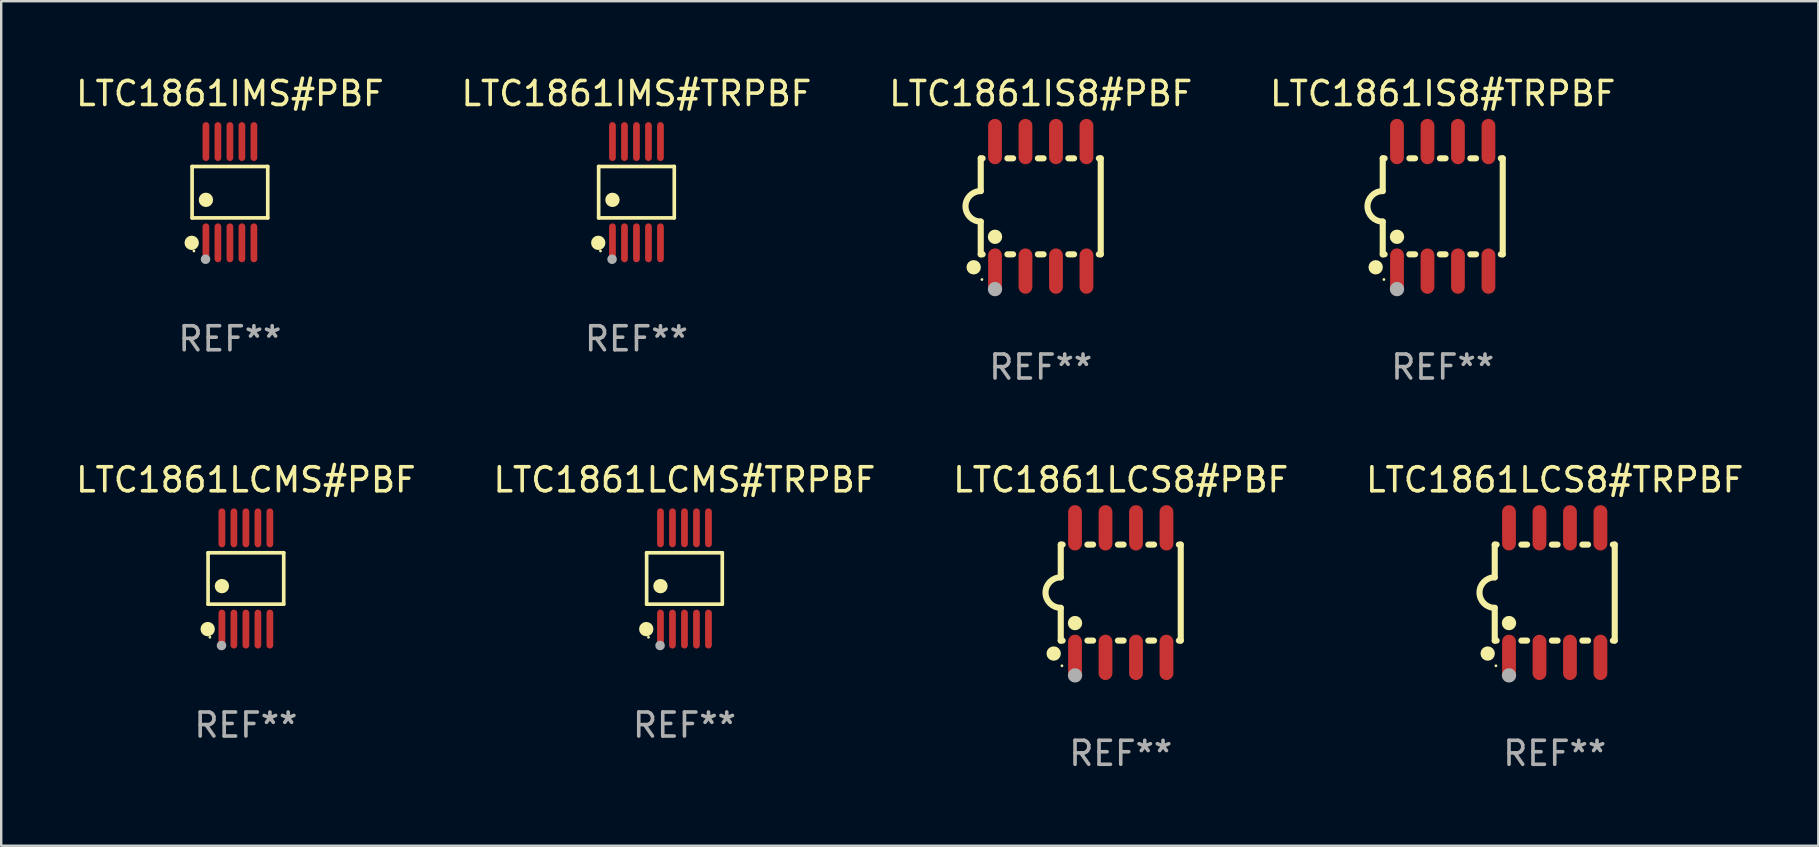
<source format=kicad_pcb>
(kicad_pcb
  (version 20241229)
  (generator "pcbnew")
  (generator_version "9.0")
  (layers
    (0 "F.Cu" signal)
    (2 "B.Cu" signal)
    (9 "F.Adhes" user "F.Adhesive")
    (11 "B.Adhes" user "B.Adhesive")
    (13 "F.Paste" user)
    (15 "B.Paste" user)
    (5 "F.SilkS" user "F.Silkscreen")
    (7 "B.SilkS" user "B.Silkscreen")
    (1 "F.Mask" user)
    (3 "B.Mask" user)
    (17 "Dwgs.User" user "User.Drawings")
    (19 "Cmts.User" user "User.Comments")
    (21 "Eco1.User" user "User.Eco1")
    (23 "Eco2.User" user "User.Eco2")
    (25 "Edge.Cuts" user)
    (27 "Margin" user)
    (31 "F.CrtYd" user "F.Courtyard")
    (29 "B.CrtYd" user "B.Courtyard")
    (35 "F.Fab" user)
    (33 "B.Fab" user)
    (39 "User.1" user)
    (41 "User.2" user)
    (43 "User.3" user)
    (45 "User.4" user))
  (footprint "LTC1861LCMS#TRPBF"
    (layer "F.Cu")
    (at 25.47 21.053)
    (property "Reference" "LTC1861LCMS#TRPBF" (at 0 -4.11 0) (layer "F.SilkS") (effects (font (size 1 1) (thickness 0.15))))
    (attr through_hole)
    (fp_line (start -1.576 -1.071) (end 1.576 -1.071) (stroke (width 0.152) (type solid)) (layer "F.SilkS"))
    (fp_line (start -1.576 1.071) (end -1.576 -1.071) (stroke (width 0.152) (type solid)) (layer "F.SilkS"))
    (fp_line (start 1.576 -1.071) (end 1.576 1.071) (stroke (width 0.152) (type solid)) (layer "F.SilkS"))
    (fp_line (start 1.576 1.071) (end -1.576 1.071) (stroke (width 0.152) (type solid)) (layer "F.SilkS"))
    (fp_circle (center -1.592 2.11) (end -1.442 2.11) (stroke (width 0.3) (type solid)) (fill no) (layer "F.SilkS"))
    (fp_circle (center -1.5 2.45) (end -1.47 2.45) (stroke (width 0.06) (type solid)) (fill no) (layer "F.SilkS"))
    (fp_circle (center -1 0.319) (end -0.85 0.319) (stroke (width 0.3) (type solid)) (fill no) (layer "F.SilkS"))
    (fp_circle (center -1.016 2.794) (end -0.916 2.794) (stroke (width 0.2) (type solid)) (fill no) (layer "F.Fab"))
    (fp_text user "REF**" (at 0 6.11 0) (layer "F.Fab") (effects (font (size 1 1) (thickness 0.15))))
    (pad "1" smd oval (at -1 2.11) (size 0.28 1.62) (layers "F.Cu" "F.Mask" "F.Paste"))
    (pad "2" smd oval (at -0.5 2.11) (size 0.28 1.62) (layers "F.Cu" "F.Mask" "F.Paste"))
    (pad "3" smd oval (at 0 2.11) (size 0.28 1.62) (layers "F.Cu" "F.Mask" "F.Paste"))
    (pad "4" smd oval (at 0.5 2.11) (size 0.28 1.62) (layers "F.Cu" "F.Mask" "F.Paste"))
    (pad "5" smd oval (at 1 2.11) (size 0.28 1.62) (layers "F.Cu" "F.Mask" "F.Paste"))
    (pad "6" smd oval (at 1 -2.11) (size 0.28 1.62) (layers "F.Cu" "F.Mask" "F.Paste"))
    (pad "7" smd oval (at 0.5 -2.11) (size 0.28 1.62) (layers "F.Cu" "F.Mask" "F.Paste"))
    (pad "8" smd oval (at 0 -2.11) (size 0.28 1.62) (layers "F.Cu" "F.Mask" "F.Paste"))
    (pad "9" smd oval (at -0.5 -2.11) (size 0.28 1.62) (layers "F.Cu" "F.Mask" "F.Paste"))
    (pad "10" smd oval (at -1 -2.11) (size 0.28 1.62) (layers "F.Cu" "F.Mask" "F.Paste")))
  (footprint "LTC1861LCS8#TRPBF"
    (layer "F.Cu")
    (at 61.732 21.642)
    (property "Reference" "LTC1861LCS8#TRPBF" (at 0 -4.699 0) (layer "F.SilkS") (effects (font (size 1 1) (thickness 0.15))))
    (attr through_hole)
    (fp_line (start -2.5 -2) (end -2.5 -0.635) (stroke (width 0.254) (type solid)) (layer "F.SilkS"))
    (fp_line (start -2.5 -2) (end -2.421 -2) (stroke (width 0.254) (type solid)) (layer "F.SilkS"))
    (fp_line (start -2.5 2) (end -2.5 0.635) (stroke (width 0.254) (type solid)) (layer "F.SilkS"))
    (fp_line (start -2.5 2) (end -2.421 2) (stroke (width 0.254) (type solid)) (layer "F.SilkS"))
    (fp_line (start -1.389 -2) (end -1.151 -2) (stroke (width 0.254) (type solid)) (layer "F.SilkS"))
    (fp_line (start -1.389 2) (end -1.151 2) (stroke (width 0.254) (type solid)) (layer "F.SilkS"))
    (fp_line (start -0.119 -2) (end 0.119 -2) (stroke (width 0.254) (type solid)) (layer "F.SilkS"))
    (fp_line (start -0.119 2) (end 0.119 2) (stroke (width 0.254) (type solid)) (layer "F.SilkS"))
    (fp_line (start 1.151 -2) (end 1.389 -2) (stroke (width 0.254) (type solid)) (layer "F.SilkS"))
    (fp_line (start 1.151 2) (end 1.389 2) (stroke (width 0.254) (type solid)) (layer "F.SilkS"))
    (fp_line (start 2.421 -2) (end 2.5 -2) (stroke (width 0.254) (type solid)) (layer "F.SilkS"))
    (fp_line (start 2.421 2) (end 2.5 2) (stroke (width 0.254) (type solid)) (layer "F.SilkS"))
    (fp_line (start 2.5 -2) (end 2.5 2) (stroke (width 0.254) (type solid)) (layer "F.SilkS"))
    (fp_arc (start -2.5 0.635001) (mid -3.134366 -0.000318) (end -2.499365 -0.635001) (stroke (width 0.254001) (type solid)) (layer "F.SilkS"))
    (fp_circle (center -2.794 2.54) (end -2.644 2.54) (stroke (width 0.3) (type solid)) (fill no) (layer "F.SilkS"))
    (fp_circle (center -2.45 3.05) (end -2.42 3.05) (stroke (width 0.06) (type solid)) (fill no) (layer "F.SilkS"))
    (fp_circle (center -1.905 1.27) (end -1.755 1.27) (stroke (width 0.3) (type solid)) (fill no) (layer "F.SilkS"))
    (fp_circle (center -1.905 3.45) (end -1.755 3.45) (stroke (width 0.3) (type solid)) (fill no) (layer "F.Fab"))
    (fp_text user "REF**" (at 0 6.699 0) (layer "F.Fab") (effects (font (size 1 1) (thickness 0.15))))
    (pad "1" smd oval (at -1.905 2.699) (size 0.574 1.888) (layers "F.Cu" "F.Mask" "F.Paste"))
    (pad "2" smd oval (at -0.635 2.699) (size 0.574 1.888) (layers "F.Cu" "F.Mask" "F.Paste"))
    (pad "3" smd oval (at 0.635 2.699) (size 0.574 1.888) (layers "F.Cu" "F.Mask" "F.Paste"))
    (pad "4" smd oval (at 1.905 2.699) (size 0.574 1.888) (layers "F.Cu" "F.Mask" "F.Paste"))
    (pad "5" smd oval (at 1.905 -2.699) (size 0.574 1.888) (layers "F.Cu" "F.Mask" "F.Paste"))
    (pad "6" smd oval (at 0.635 -2.699) (size 0.574 1.888) (layers "F.Cu" "F.Mask" "F.Paste"))
    (pad "7" smd oval (at -0.635 -2.699) (size 0.574 1.888) (layers "F.Cu" "F.Mask" "F.Paste"))
    (pad "8" smd oval (at -1.905 -2.699) (size 0.574 1.888) (layers "F.Cu" "F.Mask" "F.Paste")))
  (footprint "LTC1861IS8#TRPBF"
    (layer "F.Cu")
    (at 57.065 5.547)
    (property "Reference" "LTC1861IS8#TRPBF" (at 0 -4.699 0) (layer "F.SilkS") (effects (font (size 1 1) (thickness 0.15))))
    (attr through_hole)
    (fp_line (start -2.5 -2) (end -2.5 -0.635) (stroke (width 0.254) (type solid)) (layer "F.SilkS"))
    (fp_line (start -2.5 -2) (end -2.421 -2) (stroke (width 0.254) (type solid)) (layer "F.SilkS"))
    (fp_line (start -2.5 2) (end -2.5 0.635) (stroke (width 0.254) (type solid)) (layer "F.SilkS"))
    (fp_line (start -2.5 2) (end -2.421 2) (stroke (width 0.254) (type solid)) (layer "F.SilkS"))
    (fp_line (start -1.389 -2) (end -1.151 -2) (stroke (width 0.254) (type solid)) (layer "F.SilkS"))
    (fp_line (start -1.389 2) (end -1.151 2) (stroke (width 0.254) (type solid)) (layer "F.SilkS"))
    (fp_line (start -0.119 -2) (end 0.119 -2) (stroke (width 0.254) (type solid)) (layer "F.SilkS"))
    (fp_line (start -0.119 2) (end 0.119 2) (stroke (width 0.254) (type solid)) (layer "F.SilkS"))
    (fp_line (start 1.151 -2) (end 1.389 -2) (stroke (width 0.254) (type solid)) (layer "F.SilkS"))
    (fp_line (start 1.151 2) (end 1.389 2) (stroke (width 0.254) (type solid)) (layer "F.SilkS"))
    (fp_line (start 2.421 -2) (end 2.5 -2) (stroke (width 0.254) (type solid)) (layer "F.SilkS"))
    (fp_line (start 2.421 2) (end 2.5 2) (stroke (width 0.254) (type solid)) (layer "F.SilkS"))
    (fp_line (start 2.5 -2) (end 2.5 2) (stroke (width 0.254) (type solid)) (layer "F.SilkS"))
    (fp_arc (start -2.5 0.635001) (mid -3.134366 -0.000318) (end -2.499365 -0.635001) (stroke (width 0.254001) (type solid)) (layer "F.SilkS"))
    (fp_circle (center -2.794 2.54) (end -2.644 2.54) (stroke (width 0.3) (type solid)) (fill no) (layer "F.SilkS"))
    (fp_circle (center -2.45 3.05) (end -2.42 3.05) (stroke (width 0.06) (type solid)) (fill no) (layer "F.SilkS"))
    (fp_circle (center -1.905 1.27) (end -1.755 1.27) (stroke (width 0.3) (type solid)) (fill no) (layer "F.SilkS"))
    (fp_circle (center -1.905 3.45) (end -1.755 3.45) (stroke (width 0.3) (type solid)) (fill no) (layer "F.Fab"))
    (fp_text user "REF**" (at 0 6.699 0) (layer "F.Fab") (effects (font (size 1 1) (thickness 0.15))))
    (pad "1" smd oval (at -1.905 2.699) (size 0.574 1.888) (layers "F.Cu" "F.Mask" "F.Paste"))
    (pad "2" smd oval (at -0.635 2.699) (size 0.574 1.888) (layers "F.Cu" "F.Mask" "F.Paste"))
    (pad "3" smd oval (at 0.635 2.699) (size 0.574 1.888) (layers "F.Cu" "F.Mask" "F.Paste"))
    (pad "4" smd oval (at 1.905 2.699) (size 0.574 1.888) (layers "F.Cu" "F.Mask" "F.Paste"))
    (pad "5" smd oval (at 1.905 -2.699) (size 0.574 1.888) (layers "F.Cu" "F.Mask" "F.Paste"))
    (pad "6" smd oval (at 0.635 -2.699) (size 0.574 1.888) (layers "F.Cu" "F.Mask" "F.Paste"))
    (pad "7" smd oval (at -0.635 -2.699) (size 0.574 1.888) (layers "F.Cu" "F.Mask" "F.Paste"))
    (pad "8" smd oval (at -1.905 -2.699) (size 0.574 1.888) (layers "F.Cu" "F.Mask" "F.Paste")))
  (footprint "LTC1861LCMS#PBF"
    (layer "F.Cu")
    (at 7.196 21.053)
    (property "Reference" "LTC1861LCMS#PBF" (at 0 -4.11 0) (layer "F.SilkS") (effects (font (size 1 1) (thickness 0.15))))
    (attr through_hole)
    (fp_line (start -1.576 -1.071) (end 1.576 -1.071) (stroke (width 0.152) (type solid)) (layer "F.SilkS"))
    (fp_line (start -1.576 1.071) (end -1.576 -1.071) (stroke (width 0.152) (type solid)) (layer "F.SilkS"))
    (fp_line (start 1.576 -1.071) (end 1.576 1.071) (stroke (width 0.152) (type solid)) (layer "F.SilkS"))
    (fp_line (start 1.576 1.071) (end -1.576 1.071) (stroke (width 0.152) (type solid)) (layer "F.SilkS"))
    (fp_circle (center -1.592 2.11) (end -1.442 2.11) (stroke (width 0.3) (type solid)) (fill no) (layer "F.SilkS"))
    (fp_circle (center -1.5 2.45) (end -1.47 2.45) (stroke (width 0.06) (type solid)) (fill no) (layer "F.SilkS"))
    (fp_circle (center -1 0.319) (end -0.85 0.319) (stroke (width 0.3) (type solid)) (fill no) (layer "F.SilkS"))
    (fp_circle (center -1.016 2.794) (end -0.916 2.794) (stroke (width 0.2) (type solid)) (fill no) (layer "F.Fab"))
    (fp_text user "REF**" (at 0 6.11 0) (layer "F.Fab") (effects (font (size 1 1) (thickness 0.15))))
    (pad "1" smd oval (at -1 2.11) (size 0.28 1.62) (layers "F.Cu" "F.Mask" "F.Paste"))
    (pad "2" smd oval (at -0.5 2.11) (size 0.28 1.62) (layers "F.Cu" "F.Mask" "F.Paste"))
    (pad "3" smd oval (at 0 2.11) (size 0.28 1.62) (layers "F.Cu" "F.Mask" "F.Paste"))
    (pad "4" smd oval (at 0.5 2.11) (size 0.28 1.62) (layers "F.Cu" "F.Mask" "F.Paste"))
    (pad "5" smd oval (at 1 2.11) (size 0.28 1.62) (layers "F.Cu" "F.Mask" "F.Paste"))
    (pad "6" smd oval (at 1 -2.11) (size 0.28 1.62) (layers "F.Cu" "F.Mask" "F.Paste"))
    (pad "7" smd oval (at 0.5 -2.11) (size 0.28 1.62) (layers "F.Cu" "F.Mask" "F.Paste"))
    (pad "8" smd oval (at 0 -2.11) (size 0.28 1.62) (layers "F.Cu" "F.Mask" "F.Paste"))
    (pad "9" smd oval (at -0.5 -2.11) (size 0.28 1.62) (layers "F.Cu" "F.Mask" "F.Paste"))
    (pad "10" smd oval (at -1 -2.11) (size 0.28 1.62) (layers "F.Cu" "F.Mask" "F.Paste")))
  (footprint "LTC1861IMS#TRPBF"
    (layer "F.Cu")
    (at 23.47 4.958)
    (property "Reference" "LTC1861IMS#TRPBF" (at 0 -4.11 0) (layer "F.SilkS") (effects (font (size 1 1) (thickness 0.15))))
    (attr through_hole)
    (fp_line (start -1.576 -1.071) (end 1.576 -1.071) (stroke (width 0.152) (type solid)) (layer "F.SilkS"))
    (fp_line (start -1.576 1.071) (end -1.576 -1.071) (stroke (width 0.152) (type solid)) (layer "F.SilkS"))
    (fp_line (start 1.576 -1.071) (end 1.576 1.071) (stroke (width 0.152) (type solid)) (layer "F.SilkS"))
    (fp_line (start 1.576 1.071) (end -1.576 1.071) (stroke (width 0.152) (type solid)) (layer "F.SilkS"))
    (fp_circle (center -1.592 2.11) (end -1.442 2.11) (stroke (width 0.3) (type solid)) (fill no) (layer "F.SilkS"))
    (fp_circle (center -1.5 2.45) (end -1.47 2.45) (stroke (width 0.06) (type solid)) (fill no) (layer "F.SilkS"))
    (fp_circle (center -1 0.319) (end -0.85 0.319) (stroke (width 0.3) (type solid)) (fill no) (layer "F.SilkS"))
    (fp_circle (center -1.016 2.794) (end -0.916 2.794) (stroke (width 0.2) (type solid)) (fill no) (layer "F.Fab"))
    (fp_text user "REF**" (at 0 6.11 0) (layer "F.Fab") (effects (font (size 1 1) (thickness 0.15))))
    (pad "1" smd oval (at -1 2.11) (size 0.28 1.62) (layers "F.Cu" "F.Mask" "F.Paste"))
    (pad "2" smd oval (at -0.5 2.11) (size 0.28 1.62) (layers "F.Cu" "F.Mask" "F.Paste"))
    (pad "3" smd oval (at 0 2.11) (size 0.28 1.62) (layers "F.Cu" "F.Mask" "F.Paste"))
    (pad "4" smd oval (at 0.5 2.11) (size 0.28 1.62) (layers "F.Cu" "F.Mask" "F.Paste"))
    (pad "5" smd oval (at 1 2.11) (size 0.28 1.62) (layers "F.Cu" "F.Mask" "F.Paste"))
    (pad "6" smd oval (at 1 -2.11) (size 0.28 1.62) (layers "F.Cu" "F.Mask" "F.Paste"))
    (pad "7" smd oval (at 0.5 -2.11) (size 0.28 1.62) (layers "F.Cu" "F.Mask" "F.Paste"))
    (pad "8" smd oval (at 0 -2.11) (size 0.28 1.62) (layers "F.Cu" "F.Mask" "F.Paste"))
    (pad "9" smd oval (at -0.5 -2.11) (size 0.28 1.62) (layers "F.Cu" "F.Mask" "F.Paste"))
    (pad "10" smd oval (at -1 -2.11) (size 0.28 1.62) (layers "F.Cu" "F.Mask" "F.Paste")))
  (footprint "LTC1861IS8#PBF"
    (layer "F.Cu")
    (at 40.315 5.547)
    (property "Reference" "LTC1861IS8#PBF" (at 0 -4.699 0) (layer "F.SilkS") (effects (font (size 1 1) (thickness 0.15))))
    (attr through_hole)
    (fp_line (start -2.5 -2) (end -2.5 -0.635) (stroke (width 0.254) (type solid)) (layer "F.SilkS"))
    (fp_line (start -2.5 -2) (end -2.421 -2) (stroke (width 0.254) (type solid)) (layer "F.SilkS"))
    (fp_line (start -2.5 2) (end -2.5 0.635) (stroke (width 0.254) (type solid)) (layer "F.SilkS"))
    (fp_line (start -2.5 2) (end -2.421 2) (stroke (width 0.254) (type solid)) (layer "F.SilkS"))
    (fp_line (start -1.389 -2) (end -1.151 -2) (stroke (width 0.254) (type solid)) (layer "F.SilkS"))
    (fp_line (start -1.389 2) (end -1.151 2) (stroke (width 0.254) (type solid)) (layer "F.SilkS"))
    (fp_line (start -0.119 -2) (end 0.119 -2) (stroke (width 0.254) (type solid)) (layer "F.SilkS"))
    (fp_line (start -0.119 2) (end 0.119 2) (stroke (width 0.254) (type solid)) (layer "F.SilkS"))
    (fp_line (start 1.151 -2) (end 1.389 -2) (stroke (width 0.254) (type solid)) (layer "F.SilkS"))
    (fp_line (start 1.151 2) (end 1.389 2) (stroke (width 0.254) (type solid)) (layer "F.SilkS"))
    (fp_line (start 2.421 -2) (end 2.5 -2) (stroke (width 0.254) (type solid)) (layer "F.SilkS"))
    (fp_line (start 2.421 2) (end 2.5 2) (stroke (width 0.254) (type solid)) (layer "F.SilkS"))
    (fp_line (start 2.5 -2) (end 2.5 2) (stroke (width 0.254) (type solid)) (layer "F.SilkS"))
    (fp_arc (start -2.5 0.635001) (mid -3.134366 -0.000318) (end -2.499365 -0.635001) (stroke (width 0.254001) (type solid)) (layer "F.SilkS"))
    (fp_circle (center -2.794 2.54) (end -2.644 2.54) (stroke (width 0.3) (type solid)) (fill no) (layer "F.SilkS"))
    (fp_circle (center -2.45 3.05) (end -2.42 3.05) (stroke (width 0.06) (type solid)) (fill no) (layer "F.SilkS"))
    (fp_circle (center -1.905 1.27) (end -1.755 1.27) (stroke (width 0.3) (type solid)) (fill no) (layer "F.SilkS"))
    (fp_circle (center -1.905 3.45) (end -1.755 3.45) (stroke (width 0.3) (type solid)) (fill no) (layer "F.Fab"))
    (fp_text user "REF**" (at 0 6.699 0) (layer "F.Fab") (effects (font (size 1 1) (thickness 0.15))))
    (pad "1" smd oval (at -1.905 2.699) (size 0.574 1.888) (layers "F.Cu" "F.Mask" "F.Paste"))
    (pad "2" smd oval (at -0.635 2.699) (size 0.574 1.888) (layers "F.Cu" "F.Mask" "F.Paste"))
    (pad "3" smd oval (at 0.635 2.699) (size 0.574 1.888) (layers "F.Cu" "F.Mask" "F.Paste"))
    (pad "4" smd oval (at 1.905 2.699) (size 0.574 1.888) (layers "F.Cu" "F.Mask" "F.Paste"))
    (pad "5" smd oval (at 1.905 -2.699) (size 0.574 1.888) (layers "F.Cu" "F.Mask" "F.Paste"))
    (pad "6" smd oval (at 0.635 -2.699) (size 0.574 1.888) (layers "F.Cu" "F.Mask" "F.Paste"))
    (pad "7" smd oval (at -0.635 -2.699) (size 0.574 1.888) (layers "F.Cu" "F.Mask" "F.Paste"))
    (pad "8" smd oval (at -1.905 -2.699) (size 0.574 1.888) (layers "F.Cu" "F.Mask" "F.Paste")))
  (footprint "LTC1861LCS8#PBF"
    (layer "F.Cu")
    (at 43.649 21.642)
    (property "Reference" "LTC1861LCS8#PBF" (at 0 -4.699 0) (layer "F.SilkS") (effects (font (size 1 1) (thickness 0.15))))
    (attr through_hole)
    (fp_line (start -2.5 -2) (end -2.5 -0.635) (stroke (width 0.254) (type solid)) (layer "F.SilkS"))
    (fp_line (start -2.5 -2) (end -2.421 -2) (stroke (width 0.254) (type solid)) (layer "F.SilkS"))
    (fp_line (start -2.5 2) (end -2.5 0.635) (stroke (width 0.254) (type solid)) (layer "F.SilkS"))
    (fp_line (start -2.5 2) (end -2.421 2) (stroke (width 0.254) (type solid)) (layer "F.SilkS"))
    (fp_line (start -1.389 -2) (end -1.151 -2) (stroke (width 0.254) (type solid)) (layer "F.SilkS"))
    (fp_line (start -1.389 2) (end -1.151 2) (stroke (width 0.254) (type solid)) (layer "F.SilkS"))
    (fp_line (start -0.119 -2) (end 0.119 -2) (stroke (width 0.254) (type solid)) (layer "F.SilkS"))
    (fp_line (start -0.119 2) (end 0.119 2) (stroke (width 0.254) (type solid)) (layer "F.SilkS"))
    (fp_line (start 1.151 -2) (end 1.389 -2) (stroke (width 0.254) (type solid)) (layer "F.SilkS"))
    (fp_line (start 1.151 2) (end 1.389 2) (stroke (width 0.254) (type solid)) (layer "F.SilkS"))
    (fp_line (start 2.421 -2) (end 2.5 -2) (stroke (width 0.254) (type solid)) (layer "F.SilkS"))
    (fp_line (start 2.421 2) (end 2.5 2) (stroke (width 0.254) (type solid)) (layer "F.SilkS"))
    (fp_line (start 2.5 -2) (end 2.5 2) (stroke (width 0.254) (type solid)) (layer "F.SilkS"))
    (fp_arc (start -2.5 0.635001) (mid -3.134366 -0.000318) (end -2.499365 -0.635001) (stroke (width 0.254001) (type solid)) (layer "F.SilkS"))
    (fp_circle (center -2.794 2.54) (end -2.644 2.54) (stroke (width 0.3) (type solid)) (fill no) (layer "F.SilkS"))
    (fp_circle (center -2.45 3.05) (end -2.42 3.05) (stroke (width 0.06) (type solid)) (fill no) (layer "F.SilkS"))
    (fp_circle (center -1.905 1.27) (end -1.755 1.27) (stroke (width 0.3) (type solid)) (fill no) (layer "F.SilkS"))
    (fp_circle (center -1.905 3.45) (end -1.755 3.45) (stroke (width 0.3) (type solid)) (fill no) (layer "F.Fab"))
    (fp_text user "REF**" (at 0 6.699 0) (layer "F.Fab") (effects (font (size 1 1) (thickness 0.15))))
    (pad "1" smd oval (at -1.905 2.699) (size 0.574 1.888) (layers "F.Cu" "F.Mask" "F.Paste"))
    (pad "2" smd oval (at -0.635 2.699) (size 0.574 1.888) (layers "F.Cu" "F.Mask" "F.Paste"))
    (pad "3" smd oval (at 0.635 2.699) (size 0.574 1.888) (layers "F.Cu" "F.Mask" "F.Paste"))
    (pad "4" smd oval (at 1.905 2.699) (size 0.574 1.888) (layers "F.Cu" "F.Mask" "F.Paste"))
    (pad "5" smd oval (at 1.905 -2.699) (size 0.574 1.888) (layers "F.Cu" "F.Mask" "F.Paste"))
    (pad "6" smd oval (at 0.635 -2.699) (size 0.574 1.888) (layers "F.Cu" "F.Mask" "F.Paste"))
    (pad "7" smd oval (at -0.635 -2.699) (size 0.574 1.888) (layers "F.Cu" "F.Mask" "F.Paste"))
    (pad "8" smd oval (at -1.905 -2.699) (size 0.574 1.888) (layers "F.Cu" "F.Mask" "F.Paste")))
  (footprint "LTC1861IMS#PBF"
    (layer "F.Cu")
    (at 6.53 4.958)
    (property "Reference" "LTC1861IMS#PBF" (at 0 -4.11 0) (layer "F.SilkS") (effects (font (size 1 1) (thickness 0.15))))
    (attr through_hole)
    (fp_line (start -1.576 -1.071) (end 1.576 -1.071) (stroke (width 0.152) (type solid)) (layer "F.SilkS"))
    (fp_line (start -1.576 1.071) (end -1.576 -1.071) (stroke (width 0.152) (type solid)) (layer "F.SilkS"))
    (fp_line (start 1.576 -1.071) (end 1.576 1.071) (stroke (width 0.152) (type solid)) (layer "F.SilkS"))
    (fp_line (start 1.576 1.071) (end -1.576 1.071) (stroke (width 0.152) (type solid)) (layer "F.SilkS"))
    (fp_circle (center -1.592 2.11) (end -1.442 2.11) (stroke (width 0.3) (type solid)) (fill no) (layer "F.SilkS"))
    (fp_circle (center -1.5 2.45) (end -1.47 2.45) (stroke (width 0.06) (type solid)) (fill no) (layer "F.SilkS"))
    (fp_circle (center -1 0.319) (end -0.85 0.319) (stroke (width 0.3) (type solid)) (fill no) (layer "F.SilkS"))
    (fp_circle (center -1.016 2.794) (end -0.916 2.794) (stroke (width 0.2) (type solid)) (fill no) (layer "F.Fab"))
    (fp_text user "REF**" (at 0 6.11 0) (layer "F.Fab") (effects (font (size 1 1) (thickness 0.15))))
    (pad "1" smd oval (at -1 2.11) (size 0.28 1.62) (layers "F.Cu" "F.Mask" "F.Paste"))
    (pad "2" smd oval (at -0.5 2.11) (size 0.28 1.62) (layers "F.Cu" "F.Mask" "F.Paste"))
    (pad "3" smd oval (at 0 2.11) (size 0.28 1.62) (layers "F.Cu" "F.Mask" "F.Paste"))
    (pad "4" smd oval (at 0.5 2.11) (size 0.28 1.62) (layers "F.Cu" "F.Mask" "F.Paste"))
    (pad "5" smd oval (at 1 2.11) (size 0.28 1.62) (layers "F.Cu" "F.Mask" "F.Paste"))
    (pad "6" smd oval (at 1 -2.11) (size 0.28 1.62) (layers "F.Cu" "F.Mask" "F.Paste"))
    (pad "7" smd oval (at 0.5 -2.11) (size 0.28 1.62) (layers "F.Cu" "F.Mask" "F.Paste"))
    (pad "8" smd oval (at 0 -2.11) (size 0.28 1.62) (layers "F.Cu" "F.Mask" "F.Paste"))
    (pad "9" smd oval (at -0.5 -2.11) (size 0.28 1.62) (layers "F.Cu" "F.Mask" "F.Paste"))
    (pad "10" smd oval (at -1 -2.11) (size 0.28 1.62) (layers "F.Cu" "F.Mask" "F.Paste")))
  (gr_rect
    (start -3 -3)
    (end 72.714 32.189)
    (stroke (width 0.1) (type default))
    (fill no)
    (layer "Edge.Cuts")))
</source>
